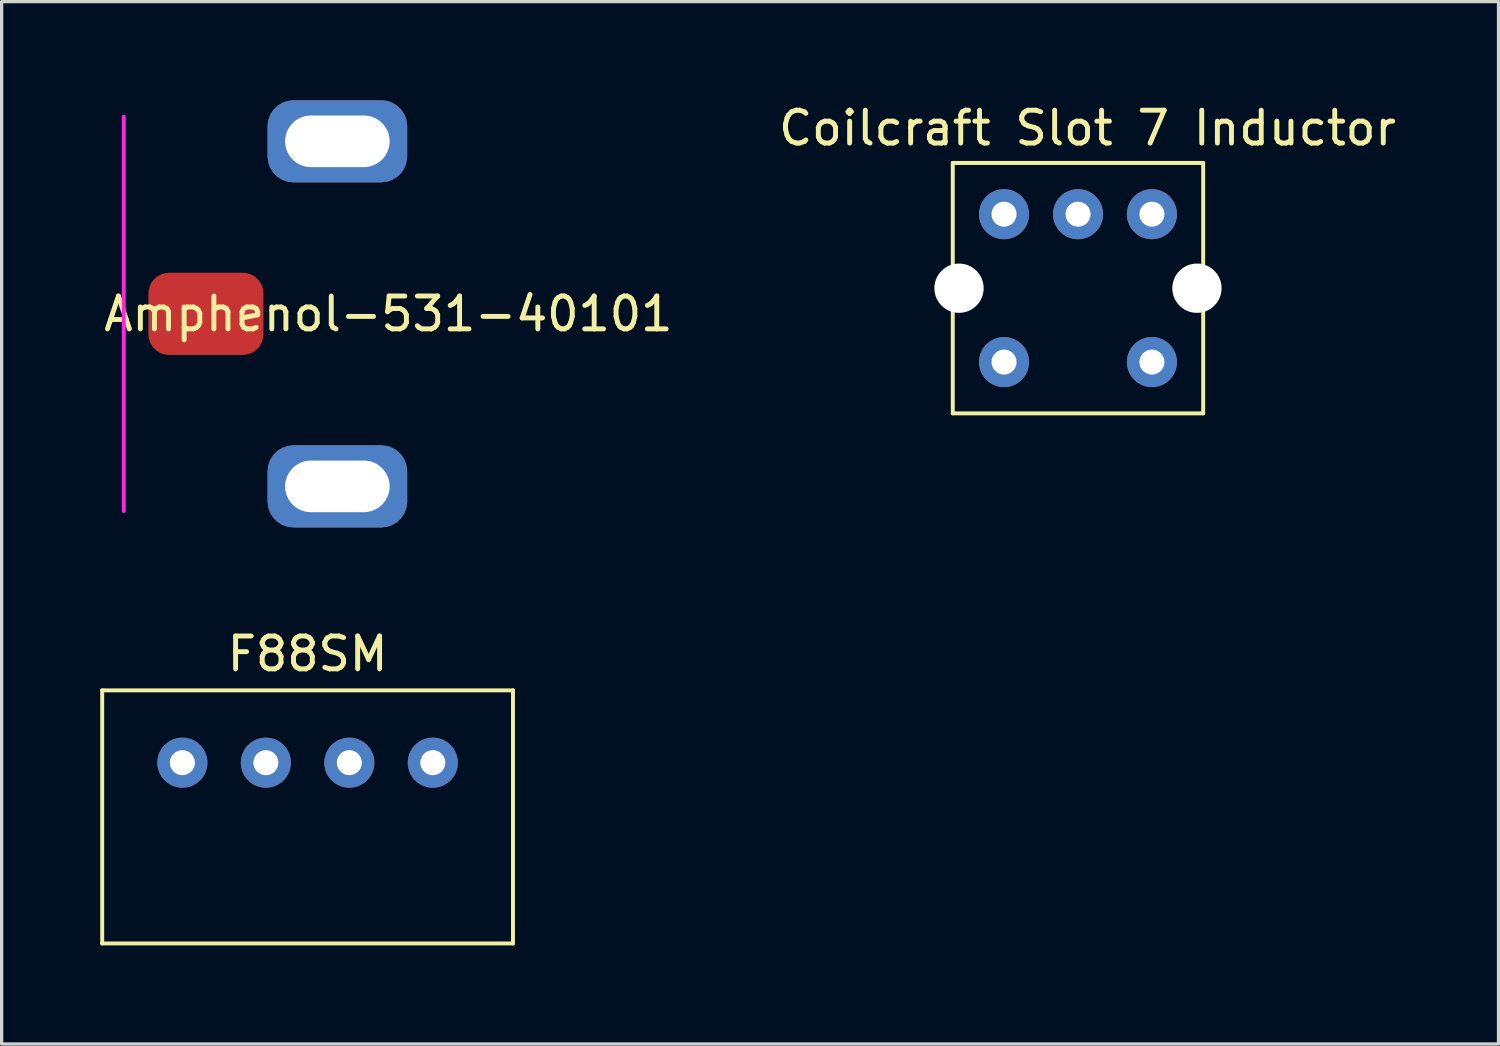
<source format=kicad_pcb>
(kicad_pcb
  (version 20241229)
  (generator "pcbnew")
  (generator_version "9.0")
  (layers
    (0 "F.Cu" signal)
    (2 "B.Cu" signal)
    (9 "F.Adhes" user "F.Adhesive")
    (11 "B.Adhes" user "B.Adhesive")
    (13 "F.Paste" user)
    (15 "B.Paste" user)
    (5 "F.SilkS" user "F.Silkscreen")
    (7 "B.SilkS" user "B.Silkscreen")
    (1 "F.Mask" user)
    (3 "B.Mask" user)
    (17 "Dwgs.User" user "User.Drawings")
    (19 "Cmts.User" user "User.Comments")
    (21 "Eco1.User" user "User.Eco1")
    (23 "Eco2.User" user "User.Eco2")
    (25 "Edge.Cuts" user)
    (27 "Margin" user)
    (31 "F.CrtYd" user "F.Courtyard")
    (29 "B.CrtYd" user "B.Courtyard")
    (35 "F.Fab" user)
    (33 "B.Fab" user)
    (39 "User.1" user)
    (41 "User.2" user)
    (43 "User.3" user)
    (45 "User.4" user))
  (footprint "F88SM"
    (layer "F.Cu")
    (at 2.5 20.158)
    (property "Reference" "F88SM" (at 3.81 -3.31 0) (layer "F.SilkS") (effects (font (size 1 1) (thickness 0.15))))
    (attr through_hole)
    (fp_line (start -2.44 -2.2) (end -2.44 5.5) (stroke (width 0.12) (type solid)) (layer "F.SilkS"))
    (fp_line (start -2.44 5.5) (end 10.06 5.5) (stroke (width 0.12) (type solid)) (layer "F.SilkS"))
    (fp_line (start 10.06 -2.2) (end -2.44 -2.2) (stroke (width 0.12) (type solid)) (layer "F.SilkS"))
    (fp_line (start 10.06 5.5) (end 10.06 -2.2) (stroke (width 0.12) (type solid)) (layer "F.SilkS"))
    (pad "1" thru_hole circle (at 0 0) (size 1.524 1.524) (drill 0.762) (layers "*.Cu" "*.Mask"))
    (pad "2" thru_hole circle (at 2.54 0) (size 1.524 1.524) (drill 0.762) (layers "*.Cu" "*.Mask"))
    (pad "3" thru_hole circle (at 5.08 0) (size 1.524 1.524) (drill 0.762) (layers "*.Cu" "*.Mask"))
    (pad "4" thru_hole circle (at 7.62 0) (size 1.524 1.524) (drill 0.762) (layers "*.Cu" "*.Mask")))
  (footprint "Amphenol-531-40101"
    (layer "F.Cu")
    (at 7.216 6.5)
    (property "Reference" "Amphenol-531-40101" (at 1.552 0.003 0) (layer "F.SilkS") (effects (font (size 1 1) (thickness 0.15))))
    (attr through_hole)
    (fp_line (start -6.5 -6) (end -6.5 6) (stroke (width 0.12) (type solid)) (layer "F.CrtYd"))
    (pad "1" thru_hole roundrect (at 0 -5.25 90) (size 2.5 4.25) (drill oval 1.57 3.18) (layers "*.Cu" "*.Mask") (roundrect_rratio 0.316))
    (pad "2" thru_hole roundrect (at 0 5.25 90) (size 2.5 4.25) (drill oval 1.57 3.18) (layers "*.Cu" "*.Mask") (roundrect_rratio 0.316))
    (pad "3" smd roundrect (at -4 0) (size 3.5 2.5) (layers "F.Cu" "F.Mask" "F.Paste") (roundrect_rratio 0.25)))
  (footprint "Coilcraft Slot 7 Inductor"
    (layer "F.Cu")
    (at 27.502 7.968)
    (property "Reference" "Coilcraft Slot 7 Inductor" (at 2.54 -7.12 0) (layer "F.SilkS") (effects (font (size 1 1) (thickness 0.15))))
    (attr through_hole)
    (fp_line (start -1.56 -6.06) (end -1.56 1.56) (stroke (width 0.12) (type solid)) (layer "F.SilkS"))
    (fp_line (start -1.56 1.56) (end 6.06 1.56) (stroke (width 0.12) (type solid)) (layer "F.SilkS"))
    (fp_line (start 6.06 -6.06) (end -1.56 -6.06) (stroke (width 0.12) (type solid)) (layer "F.SilkS"))
    (fp_line (start 6.06 1.56) (end 6.06 -6.06) (stroke (width 0.12) (type solid)) (layer "F.SilkS"))
    (pad "" np_thru_hole circle (at -1.37 -2.248 90) (size 1.5 1.5) (drill 1.5) (layers "*.Cu" "*.Mask"))
    (pad "" np_thru_hole circle (at 5.87 -2.248 90) (size 1.5 1.5) (drill 1.5) (layers "*.Cu" "*.Mask"))
    (pad "1" thru_hole circle (at 0 -4.5) (size 1.524 1.524) (drill 0.762) (layers "*.Cu" "*.Mask"))
    (pad "2" thru_hole circle (at 4.5 -4.5) (size 1.524 1.524) (drill 0.762) (layers "*.Cu" "*.Mask"))
    (pad "3" thru_hole circle (at 2.252 -4.5) (size 1.524 1.524) (drill 0.762) (layers "*.Cu" "*.Mask"))
    (pad "4" thru_hole circle (at 4.5 0) (size 1.524 1.524) (drill 0.762) (layers "*.Cu" "*.Mask"))
    (pad "6" thru_hole circle (at 0 0 90) (size 1.524 1.524) (drill 0.762) (layers "*.Cu" "*.Mask")))
  (gr_rect
    (start -3 -3)
    (end 42.548 28.718)
    (stroke (width 0.1) (type default))
    (fill no)
    (layer "Edge.Cuts")))
</source>
